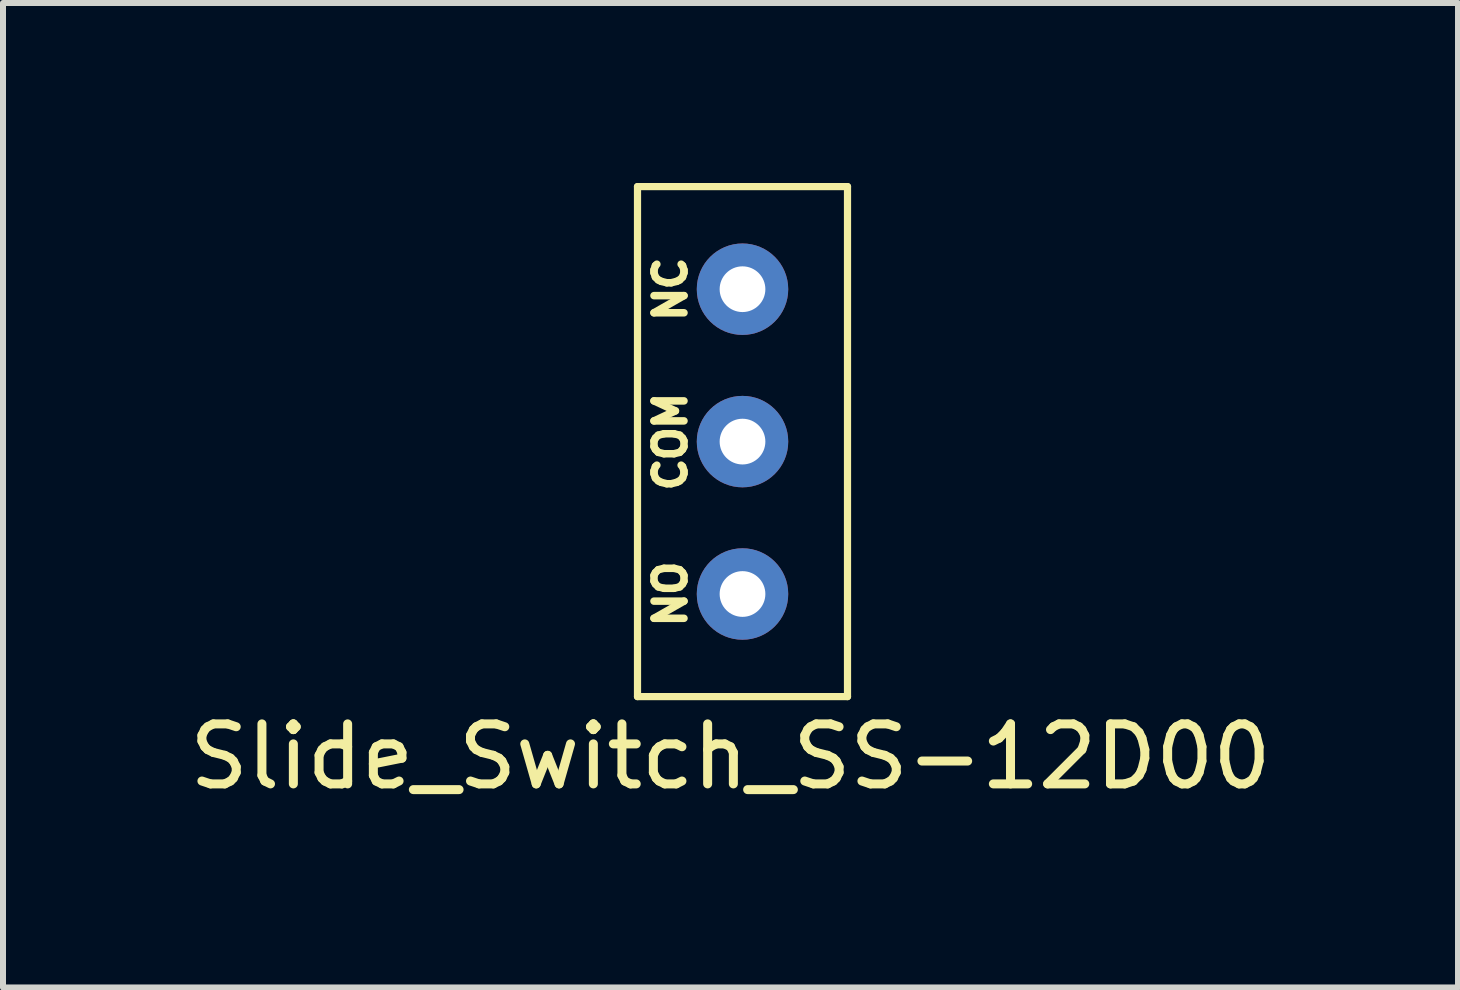
<source format=kicad_pcb>
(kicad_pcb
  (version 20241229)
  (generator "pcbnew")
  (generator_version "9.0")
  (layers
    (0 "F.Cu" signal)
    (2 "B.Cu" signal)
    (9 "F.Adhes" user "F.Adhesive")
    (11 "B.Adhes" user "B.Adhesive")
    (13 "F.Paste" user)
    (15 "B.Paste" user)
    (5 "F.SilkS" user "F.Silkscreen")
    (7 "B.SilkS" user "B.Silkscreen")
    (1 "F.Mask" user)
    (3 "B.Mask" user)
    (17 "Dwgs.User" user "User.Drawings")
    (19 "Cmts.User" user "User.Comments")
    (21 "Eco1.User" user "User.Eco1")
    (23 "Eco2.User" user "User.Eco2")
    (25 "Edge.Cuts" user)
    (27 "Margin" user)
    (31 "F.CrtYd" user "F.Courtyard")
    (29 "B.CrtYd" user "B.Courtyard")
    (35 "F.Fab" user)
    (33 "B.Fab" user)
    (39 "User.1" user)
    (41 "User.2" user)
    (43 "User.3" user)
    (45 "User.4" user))
  (footprint "Slide_Switch_SS-12D00"
    (layer "F.Cu")
    (at 9.325 4.31)
    (property "Reference" "Slide_Switch_SS-12D00" (at -0.2 5.25 180) (layer "F.SilkS") (effects (font (size 1 1) (thickness 0.15))))
    (attr through_hole)
    (fp_line (start -1.75 -4.25) (end -1.75 4.25) (stroke (width 0.12) (type solid)) (layer "F.SilkS"))
    (fp_line (start -1.75 -4.25) (end 1.75 -4.25) (stroke (width 0.12) (type solid)) (layer "F.SilkS"))
    (fp_line (start -1.75 4.25) (end 1.75 4.25) (stroke (width 0.12) (type solid)) (layer "F.SilkS"))
    (fp_line (start 1.75 -4.25) (end 1.75 4.25) (stroke (width 0.12) (type solid)) (layer "F.SilkS"))
    (fp_text user "NC" (at -1.2 -2.54 90) (layer "F.SilkS") (effects (font (size 0.5 0.5) (thickness 0.125))))
    (fp_text user "NO" (at -1.2 2.54 90) (layer "F.SilkS") (effects (font (size 0.5 0.5) (thickness 0.125))))
    (fp_text user "COM" (at -1.2 0 90) (layer "F.SilkS") (effects (font (size 0.5 0.5) (thickness 0.125))))
    (pad "1" thru_hole circle (at 0 -2.54) (size 1.524 1.524) (drill 0.762) (layers "*.Cu" "*.Mask"))
    (pad "2" thru_hole circle (at 0 0) (size 1.524 1.524) (drill 0.762) (layers "*.Cu" "*.Mask"))
    (pad "3" thru_hole circle (at 0 2.54) (size 1.524 1.524) (drill 0.762) (layers "*.Cu" "*.Mask")))
  (gr_rect
    (start -3 -3)
    (end 21.25 13.408)
    (stroke (width 0.1) (type default))
    (fill no)
    (layer "Edge.Cuts")))
</source>
